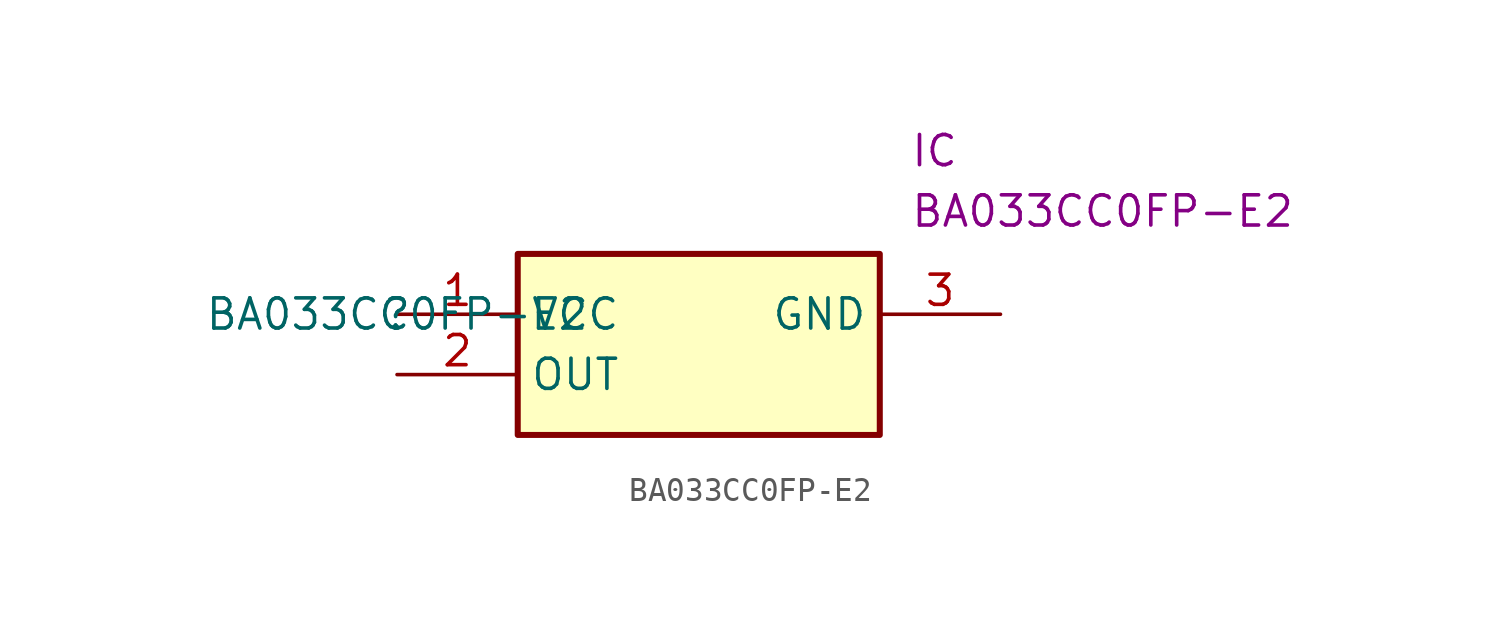
<source format=kicad_sym>
(kicad_symbol_lib
  (version 20211014)
  (generator kicad_symbol_editor)
  (symbol "BA033CC0FP-E2"
    (property "Reference" ""
      (at 0 0 0)
      (effects (font (size 1.27 1.27))))
    (property "Value" "BA033CC0FP-E2"
      (at 0 0 0)
      (effects (font (size 1.27 1.27))))
    (property "Reference_1" "IC"
      (at 21.59 7.62 0)
      (effects (font (size 1.27 1.27)) (justify left top)))
    (property "Value_1" "BA033CC0FP-E2"
      (at 21.59 5.08 0)
      (effects (font (size 1.27 1.27)) (justify left top)))
    (symbol "BA033CC0FP-E2_1_1"
      (rectangle (start 5.08 2.54) (end 20.32 -5.08) (stroke (width 0.254) (type default) (color 0 0 0 0)) (fill (type background)))
      (pin passive line (at 0 0 0) (length 5.08) (name "VCC" (effects (font (size 1.27 1.27)))) (number "1" (effects (font (size 1.27 1.27)))))
      (pin passive line (at 0 -2.54 0) (length 5.08) (name "OUT" (effects (font (size 1.27 1.27)))) (number "2" (effects (font (size 1.27 1.27)))))
      (pin passive line (at 25.4 0 180) (length 5.08) (name "GND" (effects (font (size 1.27 1.27)))) (number "3" (effects (font (size 1.27 1.27))))))))
</source>
